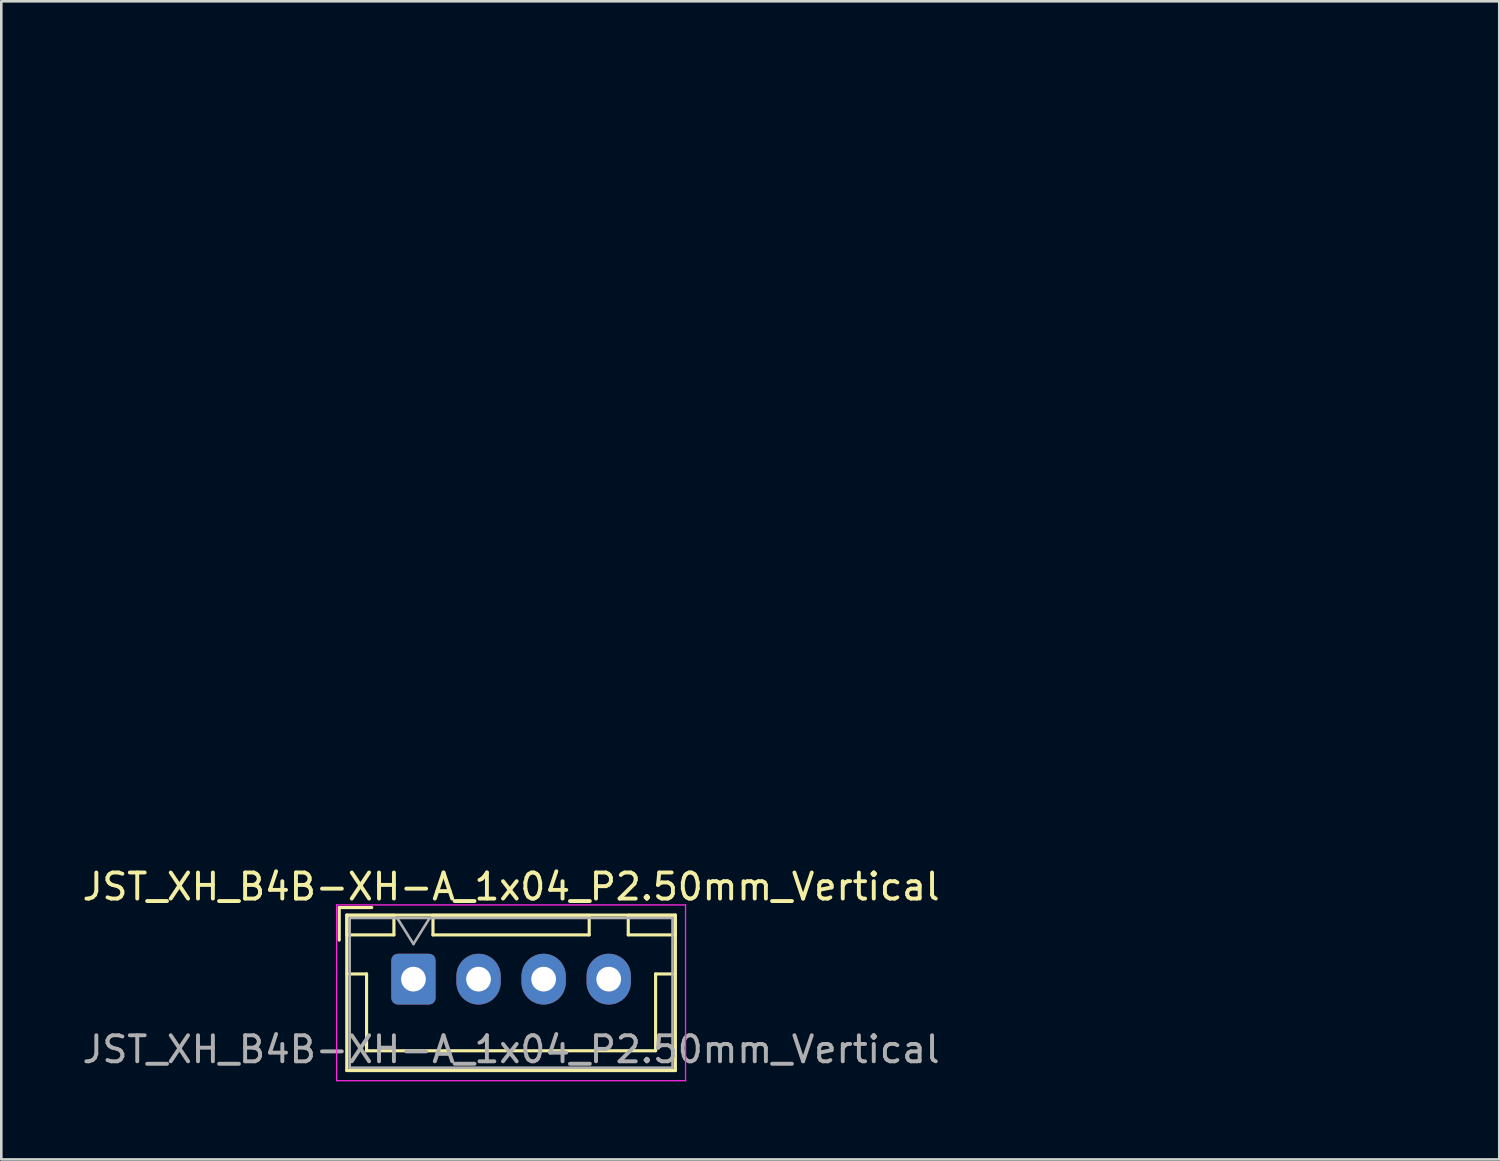
<source format=kicad_pcb>
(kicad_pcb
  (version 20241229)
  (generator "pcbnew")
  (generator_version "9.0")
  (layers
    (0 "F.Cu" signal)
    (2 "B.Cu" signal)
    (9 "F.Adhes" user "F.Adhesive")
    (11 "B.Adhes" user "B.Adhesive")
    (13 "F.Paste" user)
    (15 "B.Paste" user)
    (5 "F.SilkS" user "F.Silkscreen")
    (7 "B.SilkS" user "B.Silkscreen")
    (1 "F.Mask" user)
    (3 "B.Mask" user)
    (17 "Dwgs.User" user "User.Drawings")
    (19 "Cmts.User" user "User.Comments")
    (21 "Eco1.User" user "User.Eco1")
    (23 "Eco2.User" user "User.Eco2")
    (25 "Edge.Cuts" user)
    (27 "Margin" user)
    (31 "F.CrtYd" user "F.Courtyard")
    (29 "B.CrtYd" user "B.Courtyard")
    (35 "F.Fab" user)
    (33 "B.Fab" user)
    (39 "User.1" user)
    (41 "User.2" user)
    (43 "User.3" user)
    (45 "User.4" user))
  (footprint "JST_XH_B4B-XH-A_1x04_P2.50mm_Vertical"
    (layer "F.Cu")
    (at 51.279 0.25)
    (property "Reference" "JST_XH_B4B-XH-A_1x04_P2.50mm_Vertical" (at -34.701 30.754 0) (layer "F.SilkS") (effects (font (size 1 1) (thickness 0.15))))
    (attr through_hole)
    (fp_line (start -41.301 31.554) (end -41.301 32.804) (stroke (width 0.12) (type solid)) (layer "F.SilkS"))
    (fp_line (start -41.011 31.844) (end -41.011 37.814) (stroke (width 0.12) (type solid)) (layer "F.SilkS"))
    (fp_line (start -41.011 37.814) (end -28.391 37.814) (stroke (width 0.12) (type solid)) (layer "F.SilkS"))
    (fp_line (start -41.001 31.854) (end -41.001 32.604) (stroke (width 0.12) (type solid)) (layer "F.SilkS"))
    (fp_line (start -41.001 32.604) (end -39.201 32.604) (stroke (width 0.12) (type solid)) (layer "F.SilkS"))
    (fp_line (start -41.001 34.104) (end -40.251 34.104) (stroke (width 0.12) (type solid)) (layer "F.SilkS"))
    (fp_line (start -40.251 34.104) (end -40.251 37.054) (stroke (width 0.12) (type solid)) (layer "F.SilkS"))
    (fp_line (start -40.251 37.054) (end -34.701 37.054) (stroke (width 0.12) (type solid)) (layer "F.SilkS"))
    (fp_line (start -40.051 31.554) (end -41.301 31.554) (stroke (width 0.12) (type solid)) (layer "F.SilkS"))
    (fp_line (start -39.201 31.854) (end -41.001 31.854) (stroke (width 0.12) (type solid)) (layer "F.SilkS"))
    (fp_line (start -39.201 32.604) (end -39.201 31.854) (stroke (width 0.12) (type solid)) (layer "F.SilkS"))
    (fp_line (start -37.701 31.854) (end -37.701 32.604) (stroke (width 0.12) (type solid)) (layer "F.SilkS"))
    (fp_line (start -37.701 32.604) (end -31.701 32.604) (stroke (width 0.12) (type solid)) (layer "F.SilkS"))
    (fp_line (start -31.701 31.854) (end -37.701 31.854) (stroke (width 0.12) (type solid)) (layer "F.SilkS"))
    (fp_line (start -31.701 32.604) (end -31.701 31.854) (stroke (width 0.12) (type solid)) (layer "F.SilkS"))
    (fp_line (start -30.201 31.854) (end -30.201 32.604) (stroke (width 0.12) (type solid)) (layer "F.SilkS"))
    (fp_line (start -30.201 32.604) (end -28.401 32.604) (stroke (width 0.12) (type solid)) (layer "F.SilkS"))
    (fp_line (start -29.151 34.104) (end -29.151 37.054) (stroke (width 0.12) (type solid)) (layer "F.SilkS"))
    (fp_line (start -29.151 37.054) (end -34.701 37.054) (stroke (width 0.12) (type solid)) (layer "F.SilkS"))
    (fp_line (start -28.401 31.854) (end -30.201 31.854) (stroke (width 0.12) (type solid)) (layer "F.SilkS"))
    (fp_line (start -28.401 32.604) (end -28.401 31.854) (stroke (width 0.12) (type solid)) (layer "F.SilkS"))
    (fp_line (start -28.401 34.104) (end -29.151 34.104) (stroke (width 0.12) (type solid)) (layer "F.SilkS"))
    (fp_line (start -28.391 31.844) (end -41.011 31.844) (stroke (width 0.12) (type solid)) (layer "F.SilkS"))
    (fp_line (start -28.391 37.814) (end -28.391 31.844) (stroke (width 0.12) (type solid)) (layer "F.SilkS"))
    (fp_line (start -41.401 31.454) (end -41.401 38.204) (stroke (width 0.05) (type solid)) (layer "F.CrtYd"))
    (fp_line (start -41.401 38.204) (end -28.001 38.204) (stroke (width 0.05) (type solid)) (layer "F.CrtYd"))
    (fp_line (start -28.001 31.454) (end -41.401 31.454) (stroke (width 0.05) (type solid)) (layer "F.CrtYd"))
    (fp_line (start -28.001 38.204) (end -28.001 31.454) (stroke (width 0.05) (type solid)) (layer "F.CrtYd"))
    (fp_line (start -40.901 31.954) (end -40.901 37.704) (stroke (width 0.1) (type solid)) (layer "F.Fab"))
    (fp_line (start -40.901 37.704) (end -28.501 37.704) (stroke (width 0.1) (type solid)) (layer "F.Fab"))
    (fp_line (start -39.076 31.954) (end -38.451 32.954) (stroke (width 0.1) (type solid)) (layer "F.Fab"))
    (fp_line (start -38.451 32.954) (end -37.826 31.954) (stroke (width 0.1) (type solid)) (layer "F.Fab"))
    (fp_line (start -28.501 31.954) (end -40.901 31.954) (stroke (width 0.1) (type solid)) (layer "F.Fab"))
    (fp_line (start -28.501 37.704) (end -28.501 31.954) (stroke (width 0.1) (type solid)) (layer "F.Fab"))
    (fp_text user "${REFERENCE}" (at -34.701 37.004 0) (layer "F.Fab") (effects (font (size 1 1) (thickness 0.15))))
    (pad "1" thru_hole roundrect (at -38.451 34.304) (size 1.7 1.95) (drill 0.95) (layers "*.Cu" "*.Mask") (roundrect_rratio 0.147))
    (pad "2" thru_hole oval (at -35.951 34.304) (size 1.7 1.95) (drill 0.95) (layers "*.Cu" "*.Mask"))
    (pad "3" thru_hole oval (at -33.451 34.304) (size 1.7 1.95) (drill 0.95) (layers "*.Cu" "*.Mask"))
    (pad "4" thru_hole oval (at -30.951 34.304) (size 1.7 1.95) (drill 0.95) (layers "*.Cu" "*.Mask")))
  (gr_rect
    (start -3 -3)
    (end 54.529 41.479)
    (stroke (width 0.1) (type default))
    (fill no)
    (layer "Edge.Cuts")))
</source>
